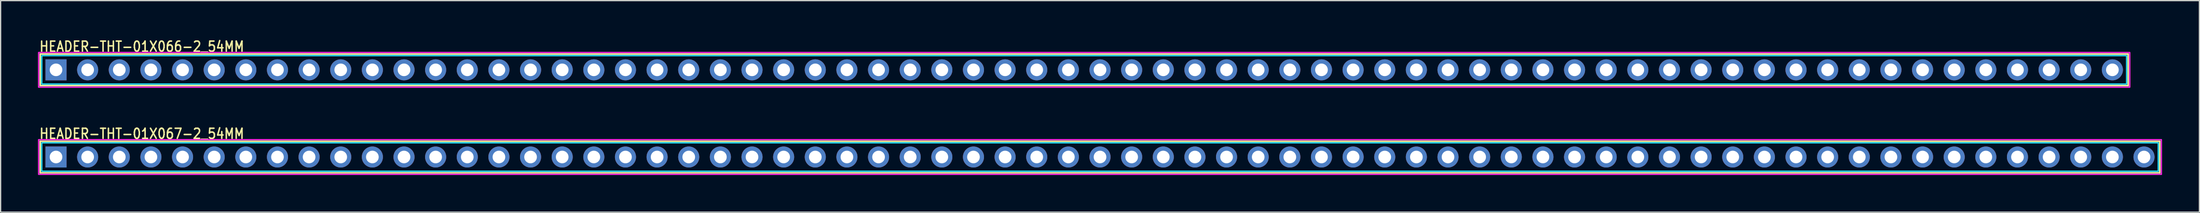
<source format=kicad_pcb>
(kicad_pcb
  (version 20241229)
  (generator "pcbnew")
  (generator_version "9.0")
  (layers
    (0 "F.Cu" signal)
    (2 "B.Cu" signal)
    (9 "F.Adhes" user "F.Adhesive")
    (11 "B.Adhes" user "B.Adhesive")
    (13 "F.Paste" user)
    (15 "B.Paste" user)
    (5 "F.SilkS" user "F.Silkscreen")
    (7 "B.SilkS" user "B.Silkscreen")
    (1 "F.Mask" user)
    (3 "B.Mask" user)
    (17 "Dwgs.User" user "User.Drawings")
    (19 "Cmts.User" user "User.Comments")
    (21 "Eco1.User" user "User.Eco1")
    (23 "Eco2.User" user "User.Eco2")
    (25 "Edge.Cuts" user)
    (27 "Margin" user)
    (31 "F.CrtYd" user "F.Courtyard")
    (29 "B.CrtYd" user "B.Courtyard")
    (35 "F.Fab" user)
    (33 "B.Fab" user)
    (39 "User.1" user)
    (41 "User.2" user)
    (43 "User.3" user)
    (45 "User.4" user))
  (footprint "HEADER-THT-01X067-2_54MM"
    (layer "F.Cu")
    (at 1.447 9.604)
    (property "Reference" "HEADER-THT-01X067-2_54MM" (at -1.4 -1.4 0) (unlocked yes) (layer "F.SilkS") (effects (font (size 0.813 0.695) (thickness 0.122)) (justify left bottom)))
    (fp_line (start -1.27 -1.27) (end -1.27 1.27) (stroke (width 0.127) (type solid)) (layer "F.SilkS"))
    (fp_line (start -1.27 1.27) (end 168.91 1.27) (stroke (width 0.127) (type solid)) (layer "F.SilkS"))
    (fp_line (start 168.91 -1.27) (end -1.27 -1.27) (stroke (width 0.127) (type solid)) (layer "F.SilkS"))
    (fp_line (start 168.91 1.27) (end 168.91 -1.27) (stroke (width 0.127) (type solid)) (layer "F.SilkS"))
    (fp_poly (pts (xy -1.143 -1.143) (xy 168.783 -1.143) (xy 168.783 1.143) (xy -1.143 1.143)) (stroke (width 0.1) (type solid)) (fill no) (layer "B.CrtYd"))
    (fp_poly (pts (xy -1.397 -1.397) (xy 169.037 -1.397) (xy 169.037 1.397) (xy -1.397 1.397)) (stroke (width 0.1) (type solid)) (fill no) (layer "F.CrtYd"))
    (pad "1" thru_hole rect (at 0 0) (size 1.693 1.693) (drill 1.016) (layers "*.Cu" "*.Mask"))
    (pad "2" thru_hole oval (at 2.54 0) (size 1.693 1.693) (drill 1.016) (layers "*.Cu" "*.Mask"))
    (pad "3" thru_hole oval (at 5.08 0) (size 1.693 1.693) (drill 1.016) (layers "*.Cu" "*.Mask"))
    (pad "4" thru_hole oval (at 7.62 0) (size 1.693 1.693) (drill 1.016) (layers "*.Cu" "*.Mask"))
    (pad "5" thru_hole oval (at 10.16 0) (size 1.693 1.693) (drill 1.016) (layers "*.Cu" "*.Mask"))
    (pad "6" thru_hole oval (at 12.7 0) (size 1.693 1.693) (drill 1.016) (layers "*.Cu" "*.Mask"))
    (pad "7" thru_hole oval (at 15.24 0) (size 1.693 1.693) (drill 1.016) (layers "*.Cu" "*.Mask"))
    (pad "8" thru_hole oval (at 17.78 0) (size 1.693 1.693) (drill 1.016) (layers "*.Cu" "*.Mask"))
    (pad "9" thru_hole oval (at 20.32 0) (size 1.693 1.693) (drill 1.016) (layers "*.Cu" "*.Mask"))
    (pad "10" thru_hole oval (at 22.86 0) (size 1.693 1.693) (drill 1.016) (layers "*.Cu" "*.Mask"))
    (pad "11" thru_hole oval (at 25.4 0) (size 1.693 1.693) (drill 1.016) (layers "*.Cu" "*.Mask"))
    (pad "12" thru_hole oval (at 27.94 0) (size 1.693 1.693) (drill 1.016) (layers "*.Cu" "*.Mask"))
    (pad "13" thru_hole oval (at 30.48 0) (size 1.693 1.693) (drill 1.016) (layers "*.Cu" "*.Mask"))
    (pad "14" thru_hole oval (at 33.02 0) (size 1.693 1.693) (drill 1.016) (layers "*.Cu" "*.Mask"))
    (pad "15" thru_hole oval (at 35.56 0) (size 1.693 1.693) (drill 1.016) (layers "*.Cu" "*.Mask"))
    (pad "16" thru_hole oval (at 38.1 0) (size 1.693 1.693) (drill 1.016) (layers "*.Cu" "*.Mask"))
    (pad "17" thru_hole oval (at 40.64 0) (size 1.693 1.693) (drill 1.016) (layers "*.Cu" "*.Mask"))
    (pad "18" thru_hole oval (at 43.18 0) (size 1.693 1.693) (drill 1.016) (layers "*.Cu" "*.Mask"))
    (pad "19" thru_hole oval (at 45.72 0) (size 1.693 1.693) (drill 1.016) (layers "*.Cu" "*.Mask"))
    (pad "20" thru_hole oval (at 48.26 0) (size 1.693 1.693) (drill 1.016) (layers "*.Cu" "*.Mask"))
    (pad "21" thru_hole oval (at 50.8 0) (size 1.693 1.693) (drill 1.016) (layers "*.Cu" "*.Mask"))
    (pad "22" thru_hole oval (at 53.34 0) (size 1.693 1.693) (drill 1.016) (layers "*.Cu" "*.Mask"))
    (pad "23" thru_hole oval (at 55.88 0) (size 1.693 1.693) (drill 1.016) (layers "*.Cu" "*.Mask"))
    (pad "24" thru_hole oval (at 58.42 0) (size 1.693 1.693) (drill 1.016) (layers "*.Cu" "*.Mask"))
    (pad "25" thru_hole oval (at 60.96 0) (size 1.693 1.693) (drill 1.016) (layers "*.Cu" "*.Mask"))
    (pad "26" thru_hole oval (at 63.5 0) (size 1.693 1.693) (drill 1.016) (layers "*.Cu" "*.Mask"))
    (pad "27" thru_hole oval (at 66.04 0) (size 1.693 1.693) (drill 1.016) (layers "*.Cu" "*.Mask"))
    (pad "28" thru_hole oval (at 68.58 0) (size 1.693 1.693) (drill 1.016) (layers "*.Cu" "*.Mask"))
    (pad "29" thru_hole oval (at 71.12 0) (size 1.693 1.693) (drill 1.016) (layers "*.Cu" "*.Mask"))
    (pad "30" thru_hole oval (at 73.66 0) (size 1.693 1.693) (drill 1.016) (layers "*.Cu" "*.Mask"))
    (pad "31" thru_hole oval (at 76.2 0) (size 1.693 1.693) (drill 1.016) (layers "*.Cu" "*.Mask"))
    (pad "32" thru_hole oval (at 78.74 0) (size 1.693 1.693) (drill 1.016) (layers "*.Cu" "*.Mask"))
    (pad "33" thru_hole oval (at 81.28 0) (size 1.693 1.693) (drill 1.016) (layers "*.Cu" "*.Mask"))
    (pad "34" thru_hole oval (at 83.82 0) (size 1.693 1.693) (drill 1.016) (layers "*.Cu" "*.Mask"))
    (pad "35" thru_hole oval (at 86.36 0) (size 1.693 1.693) (drill 1.016) (layers "*.Cu" "*.Mask"))
    (pad "36" thru_hole oval (at 88.9 0) (size 1.693 1.693) (drill 1.016) (layers "*.Cu" "*.Mask"))
    (pad "37" thru_hole oval (at 91.44 0) (size 1.693 1.693) (drill 1.016) (layers "*.Cu" "*.Mask"))
    (pad "38" thru_hole oval (at 93.98 0) (size 1.693 1.693) (drill 1.016) (layers "*.Cu" "*.Mask"))
    (pad "39" thru_hole oval (at 96.52 0) (size 1.693 1.693) (drill 1.016) (layers "*.Cu" "*.Mask"))
    (pad "40" thru_hole oval (at 99.06 0) (size 1.693 1.693) (drill 1.016) (layers "*.Cu" "*.Mask"))
    (pad "41" thru_hole oval (at 101.6 0) (size 1.693 1.693) (drill 1.016) (layers "*.Cu" "*.Mask"))
    (pad "42" thru_hole oval (at 104.14 0) (size 1.693 1.693) (drill 1.016) (layers "*.Cu" "*.Mask"))
    (pad "43" thru_hole oval (at 106.68 0) (size 1.693 1.693) (drill 1.016) (layers "*.Cu" "*.Mask"))
    (pad "44" thru_hole oval (at 109.22 0) (size 1.693 1.693) (drill 1.016) (layers "*.Cu" "*.Mask"))
    (pad "45" thru_hole oval (at 111.76 0) (size 1.693 1.693) (drill 1.016) (layers "*.Cu" "*.Mask"))
    (pad "46" thru_hole oval (at 114.3 0) (size 1.693 1.693) (drill 1.016) (layers "*.Cu" "*.Mask"))
    (pad "47" thru_hole oval (at 116.84 0) (size 1.693 1.693) (drill 1.016) (layers "*.Cu" "*.Mask"))
    (pad "48" thru_hole oval (at 119.38 0) (size 1.693 1.693) (drill 1.016) (layers "*.Cu" "*.Mask"))
    (pad "49" thru_hole oval (at 121.92 0) (size 1.693 1.693) (drill 1.016) (layers "*.Cu" "*.Mask"))
    (pad "50" thru_hole oval (at 124.46 0) (size 1.693 1.693) (drill 1.016) (layers "*.Cu" "*.Mask"))
    (pad "51" thru_hole oval (at 127 0) (size 1.693 1.693) (drill 1.016) (layers "*.Cu" "*.Mask"))
    (pad "52" thru_hole oval (at 129.54 0) (size 1.693 1.693) (drill 1.016) (layers "*.Cu" "*.Mask"))
    (pad "53" thru_hole oval (at 132.08 0) (size 1.693 1.693) (drill 1.016) (layers "*.Cu" "*.Mask"))
    (pad "54" thru_hole oval (at 134.62 0) (size 1.693 1.693) (drill 1.016) (layers "*.Cu" "*.Mask"))
    (pad "55" thru_hole oval (at 137.16 0) (size 1.693 1.693) (drill 1.016) (layers "*.Cu" "*.Mask"))
    (pad "56" thru_hole oval (at 139.7 0) (size 1.693 1.693) (drill 1.016) (layers "*.Cu" "*.Mask"))
    (pad "57" thru_hole oval (at 142.24 0) (size 1.693 1.693) (drill 1.016) (layers "*.Cu" "*.Mask"))
    (pad "58" thru_hole oval (at 144.78 0) (size 1.693 1.693) (drill 1.016) (layers "*.Cu" "*.Mask"))
    (pad "59" thru_hole oval (at 147.32 0) (size 1.693 1.693) (drill 1.016) (layers "*.Cu" "*.Mask"))
    (pad "60" thru_hole oval (at 149.86 0) (size 1.693 1.693) (drill 1.016) (layers "*.Cu" "*.Mask"))
    (pad "61" thru_hole oval (at 152.4 0) (size 1.693 1.693) (drill 1.016) (layers "*.Cu" "*.Mask"))
    (pad "62" thru_hole oval (at 154.94 0) (size 1.693 1.693) (drill 1.016) (layers "*.Cu" "*.Mask"))
    (pad "63" thru_hole oval (at 157.48 0) (size 1.693 1.693) (drill 1.016) (layers "*.Cu" "*.Mask"))
    (pad "64" thru_hole oval (at 160.02 0) (size 1.693 1.693) (drill 1.016) (layers "*.Cu" "*.Mask"))
    (pad "65" thru_hole oval (at 162.56 0) (size 1.693 1.693) (drill 1.016) (layers "*.Cu" "*.Mask"))
    (pad "66" thru_hole oval (at 165.1 0) (size 1.693 1.693) (drill 1.016) (layers "*.Cu" "*.Mask"))
    (pad "67" thru_hole oval (at 167.64 0) (size 1.693 1.693) (drill 1.016) (layers "*.Cu" "*.Mask")))
  (footprint "HEADER-THT-01X066-2_54MM"
    (layer "F.Cu")
    (at 1.447 2.579)
    (property "Reference" "HEADER-THT-01X066-2_54MM" (at -1.4 -1.4 0) (unlocked yes) (layer "F.SilkS") (effects (font (size 0.813 0.695) (thickness 0.122)) (justify left bottom)))
    (fp_line (start -1.27 -1.27) (end -1.27 1.27) (stroke (width 0.127) (type solid)) (layer "F.SilkS"))
    (fp_line (start -1.27 1.27) (end 166.37 1.27) (stroke (width 0.127) (type solid)) (layer "F.SilkS"))
    (fp_line (start 166.37 -1.27) (end -1.27 -1.27) (stroke (width 0.127) (type solid)) (layer "F.SilkS"))
    (fp_line (start 166.37 1.27) (end 166.37 -1.27) (stroke (width 0.127) (type solid)) (layer "F.SilkS"))
    (fp_poly (pts (xy -1.143 -1.143) (xy 166.243 -1.143) (xy 166.243 1.143) (xy -1.143 1.143)) (stroke (width 0.1) (type solid)) (fill no) (layer "B.CrtYd"))
    (fp_poly (pts (xy -1.397 -1.397) (xy 166.497 -1.397) (xy 166.497 1.397) (xy -1.397 1.397)) (stroke (width 0.1) (type solid)) (fill no) (layer "F.CrtYd"))
    (pad "1" thru_hole rect (at 0 0) (size 1.693 1.693) (drill 1.016) (layers "*.Cu" "*.Mask"))
    (pad "2" thru_hole oval (at 2.54 0) (size 1.693 1.693) (drill 1.016) (layers "*.Cu" "*.Mask"))
    (pad "3" thru_hole oval (at 5.08 0) (size 1.693 1.693) (drill 1.016) (layers "*.Cu" "*.Mask"))
    (pad "4" thru_hole oval (at 7.62 0) (size 1.693 1.693) (drill 1.016) (layers "*.Cu" "*.Mask"))
    (pad "5" thru_hole oval (at 10.16 0) (size 1.693 1.693) (drill 1.016) (layers "*.Cu" "*.Mask"))
    (pad "6" thru_hole oval (at 12.7 0) (size 1.693 1.693) (drill 1.016) (layers "*.Cu" "*.Mask"))
    (pad "7" thru_hole oval (at 15.24 0) (size 1.693 1.693) (drill 1.016) (layers "*.Cu" "*.Mask"))
    (pad "8" thru_hole oval (at 17.78 0) (size 1.693 1.693) (drill 1.016) (layers "*.Cu" "*.Mask"))
    (pad "9" thru_hole oval (at 20.32 0) (size 1.693 1.693) (drill 1.016) (layers "*.Cu" "*.Mask"))
    (pad "10" thru_hole oval (at 22.86 0) (size 1.693 1.693) (drill 1.016) (layers "*.Cu" "*.Mask"))
    (pad "11" thru_hole oval (at 25.4 0) (size 1.693 1.693) (drill 1.016) (layers "*.Cu" "*.Mask"))
    (pad "12" thru_hole oval (at 27.94 0) (size 1.693 1.693) (drill 1.016) (layers "*.Cu" "*.Mask"))
    (pad "13" thru_hole oval (at 30.48 0) (size 1.693 1.693) (drill 1.016) (layers "*.Cu" "*.Mask"))
    (pad "14" thru_hole oval (at 33.02 0) (size 1.693 1.693) (drill 1.016) (layers "*.Cu" "*.Mask"))
    (pad "15" thru_hole oval (at 35.56 0) (size 1.693 1.693) (drill 1.016) (layers "*.Cu" "*.Mask"))
    (pad "16" thru_hole oval (at 38.1 0) (size 1.693 1.693) (drill 1.016) (layers "*.Cu" "*.Mask"))
    (pad "17" thru_hole oval (at 40.64 0) (size 1.693 1.693) (drill 1.016) (layers "*.Cu" "*.Mask"))
    (pad "18" thru_hole oval (at 43.18 0) (size 1.693 1.693) (drill 1.016) (layers "*.Cu" "*.Mask"))
    (pad "19" thru_hole oval (at 45.72 0) (size 1.693 1.693) (drill 1.016) (layers "*.Cu" "*.Mask"))
    (pad "20" thru_hole oval (at 48.26 0) (size 1.693 1.693) (drill 1.016) (layers "*.Cu" "*.Mask"))
    (pad "21" thru_hole oval (at 50.8 0) (size 1.693 1.693) (drill 1.016) (layers "*.Cu" "*.Mask"))
    (pad "22" thru_hole oval (at 53.34 0) (size 1.693 1.693) (drill 1.016) (layers "*.Cu" "*.Mask"))
    (pad "23" thru_hole oval (at 55.88 0) (size 1.693 1.693) (drill 1.016) (layers "*.Cu" "*.Mask"))
    (pad "24" thru_hole oval (at 58.42 0) (size 1.693 1.693) (drill 1.016) (layers "*.Cu" "*.Mask"))
    (pad "25" thru_hole oval (at 60.96 0) (size 1.693 1.693) (drill 1.016) (layers "*.Cu" "*.Mask"))
    (pad "26" thru_hole oval (at 63.5 0) (size 1.693 1.693) (drill 1.016) (layers "*.Cu" "*.Mask"))
    (pad "27" thru_hole oval (at 66.04 0) (size 1.693 1.693) (drill 1.016) (layers "*.Cu" "*.Mask"))
    (pad "28" thru_hole oval (at 68.58 0) (size 1.693 1.693) (drill 1.016) (layers "*.Cu" "*.Mask"))
    (pad "29" thru_hole oval (at 71.12 0) (size 1.693 1.693) (drill 1.016) (layers "*.Cu" "*.Mask"))
    (pad "30" thru_hole oval (at 73.66 0) (size 1.693 1.693) (drill 1.016) (layers "*.Cu" "*.Mask"))
    (pad "31" thru_hole oval (at 76.2 0) (size 1.693 1.693) (drill 1.016) (layers "*.Cu" "*.Mask"))
    (pad "32" thru_hole oval (at 78.74 0) (size 1.693 1.693) (drill 1.016) (layers "*.Cu" "*.Mask"))
    (pad "33" thru_hole oval (at 81.28 0) (size 1.693 1.693) (drill 1.016) (layers "*.Cu" "*.Mask"))
    (pad "34" thru_hole oval (at 83.82 0) (size 1.693 1.693) (drill 1.016) (layers "*.Cu" "*.Mask"))
    (pad "35" thru_hole oval (at 86.36 0) (size 1.693 1.693) (drill 1.016) (layers "*.Cu" "*.Mask"))
    (pad "36" thru_hole oval (at 88.9 0) (size 1.693 1.693) (drill 1.016) (layers "*.Cu" "*.Mask"))
    (pad "37" thru_hole oval (at 91.44 0) (size 1.693 1.693) (drill 1.016) (layers "*.Cu" "*.Mask"))
    (pad "38" thru_hole oval (at 93.98 0) (size 1.693 1.693) (drill 1.016) (layers "*.Cu" "*.Mask"))
    (pad "39" thru_hole oval (at 96.52 0) (size 1.693 1.693) (drill 1.016) (layers "*.Cu" "*.Mask"))
    (pad "40" thru_hole oval (at 99.06 0) (size 1.693 1.693) (drill 1.016) (layers "*.Cu" "*.Mask"))
    (pad "41" thru_hole oval (at 101.6 0) (size 1.693 1.693) (drill 1.016) (layers "*.Cu" "*.Mask"))
    (pad "42" thru_hole oval (at 104.14 0) (size 1.693 1.693) (drill 1.016) (layers "*.Cu" "*.Mask"))
    (pad "43" thru_hole oval (at 106.68 0) (size 1.693 1.693) (drill 1.016) (layers "*.Cu" "*.Mask"))
    (pad "44" thru_hole oval (at 109.22 0) (size 1.693 1.693) (drill 1.016) (layers "*.Cu" "*.Mask"))
    (pad "45" thru_hole oval (at 111.76 0) (size 1.693 1.693) (drill 1.016) (layers "*.Cu" "*.Mask"))
    (pad "46" thru_hole oval (at 114.3 0) (size 1.693 1.693) (drill 1.016) (layers "*.Cu" "*.Mask"))
    (pad "47" thru_hole oval (at 116.84 0) (size 1.693 1.693) (drill 1.016) (layers "*.Cu" "*.Mask"))
    (pad "48" thru_hole oval (at 119.38 0) (size 1.693 1.693) (drill 1.016) (layers "*.Cu" "*.Mask"))
    (pad "49" thru_hole oval (at 121.92 0) (size 1.693 1.693) (drill 1.016) (layers "*.Cu" "*.Mask"))
    (pad "50" thru_hole oval (at 124.46 0) (size 1.693 1.693) (drill 1.016) (layers "*.Cu" "*.Mask"))
    (pad "51" thru_hole oval (at 127 0) (size 1.693 1.693) (drill 1.016) (layers "*.Cu" "*.Mask"))
    (pad "52" thru_hole oval (at 129.54 0) (size 1.693 1.693) (drill 1.016) (layers "*.Cu" "*.Mask"))
    (pad "53" thru_hole oval (at 132.08 0) (size 1.693 1.693) (drill 1.016) (layers "*.Cu" "*.Mask"))
    (pad "54" thru_hole oval (at 134.62 0) (size 1.693 1.693) (drill 1.016) (layers "*.Cu" "*.Mask"))
    (pad "55" thru_hole oval (at 137.16 0) (size 1.693 1.693) (drill 1.016) (layers "*.Cu" "*.Mask"))
    (pad "56" thru_hole oval (at 139.7 0) (size 1.693 1.693) (drill 1.016) (layers "*.Cu" "*.Mask"))
    (pad "57" thru_hole oval (at 142.24 0) (size 1.693 1.693) (drill 1.016) (layers "*.Cu" "*.Mask"))
    (pad "58" thru_hole oval (at 144.78 0) (size 1.693 1.693) (drill 1.016) (layers "*.Cu" "*.Mask"))
    (pad "59" thru_hole oval (at 147.32 0) (size 1.693 1.693) (drill 1.016) (layers "*.Cu" "*.Mask"))
    (pad "60" thru_hole oval (at 149.86 0) (size 1.693 1.693) (drill 1.016) (layers "*.Cu" "*.Mask"))
    (pad "61" thru_hole oval (at 152.4 0) (size 1.693 1.693) (drill 1.016) (layers "*.Cu" "*.Mask"))
    (pad "62" thru_hole oval (at 154.94 0) (size 1.693 1.693) (drill 1.016) (layers "*.Cu" "*.Mask"))
    (pad "63" thru_hole oval (at 157.48 0) (size 1.693 1.693) (drill 1.016) (layers "*.Cu" "*.Mask"))
    (pad "64" thru_hole oval (at 160.02 0) (size 1.693 1.693) (drill 1.016) (layers "*.Cu" "*.Mask"))
    (pad "65" thru_hole oval (at 162.56 0) (size 1.693 1.693) (drill 1.016) (layers "*.Cu" "*.Mask"))
    (pad "66" thru_hole oval (at 165.1 0) (size 1.693 1.693) (drill 1.016) (layers "*.Cu" "*.Mask")))
  (gr_rect
    (start -3 -3)
    (end 173.534 14.051)
    (stroke (width 0.1) (type default))
    (fill no)
    (layer "Edge.Cuts")))
</source>
